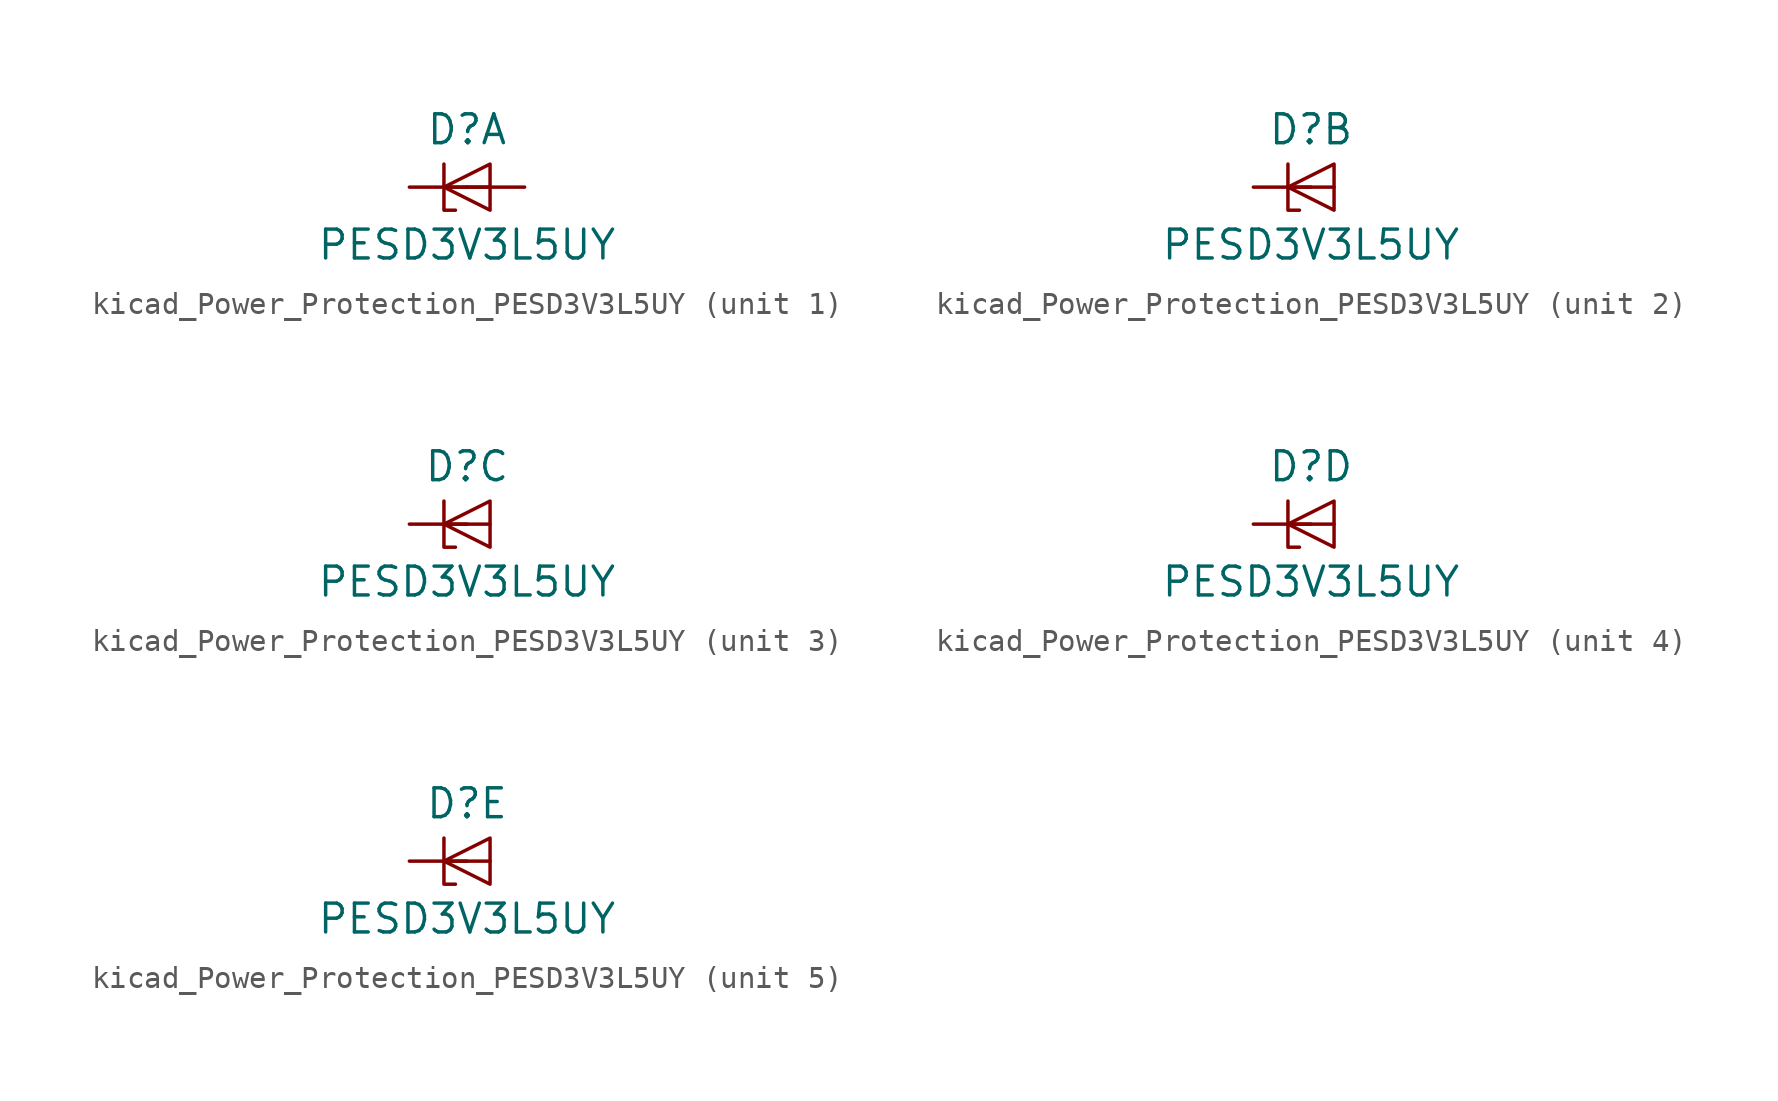
<source format=kicad_sym>
(kicad_symbol_lib
  (version 20220914)
  (generator kicad_symbol_editor)
  (symbol "kicad_Power_Protection_PESD3V3L5UY"
    (pin_numbers hide)
    (pin_names hide)
    (property "Reference" "D"
      (at 0 2.54 0)
      (effects (font (size 1.27 1.27))))
    (property "Value" "PESD3V3L5UY"
      (at 0 -2.54 0)
      (effects (font (size 1.27 1.27))))
    (property "ki_locked" ""
      (at 0 0 0)
      (effects (font (size 1.27 1.27))))
    (symbol "kicad_Power_Protection_PESD3V3L5UY_0_1"
      (polyline (pts (xy -1.016 0) (xy 1.016 0)) (stroke (width 0) (type default)) (fill (type none)))
      (polyline (pts (xy -1.016 1.016) (xy -1.016 -1.016) (xy -0.508 -1.016)) (stroke (width 0) (type default)) (fill (type none)))
      (polyline (pts (xy 1.016 1.016) (xy -1.016 0) (xy 1.016 -1.016) (xy 1.016 1.016)) (stroke (width 0) (type default)) (fill (type none))))
    (symbol "kicad_Power_Protection_PESD3V3L5UY_1_1"
      (pin passive line (at -2.54 0 0) (length 2.54) (name "K1" (effects (font (size 1.27 1.27)))) (number "1" (effects (font (size 1.27 1.27)))))
      (pin passive line (at 2.54 0 180) (length 2.54) (name "A" (effects (font (size 1.27 1.27)))) (number "2" (effects (font (size 1.27 1.27))))))
    (symbol "kicad_Power_Protection_PESD3V3L5UY_2_1"
      (pin passive line (at -2.54 0 0) (length 2.54) (name "K2" (effects (font (size 1.27 1.27)))) (number "3" (effects (font (size 1.27 1.27))))))
    (symbol "kicad_Power_Protection_PESD3V3L5UY_3_1"
      (pin passive line (at -2.54 0 0) (length 2.54) (name "K3" (effects (font (size 1.27 1.27)))) (number "4" (effects (font (size 1.27 1.27))))))
    (symbol "kicad_Power_Protection_PESD3V3L5UY_4_1"
      (pin passive line (at -2.54 0 0) (length 2.54) (name "K4" (effects (font (size 1.27 1.27)))) (number "5" (effects (font (size 1.27 1.27))))))
    (symbol "kicad_Power_Protection_PESD3V3L5UY_5_1"
      (pin passive line (at -2.54 0 0) (length 2.54) (name "K5" (effects (font (size 1.27 1.27)))) (number "6" (effects (font (size 1.27 1.27))))))))
</source>
